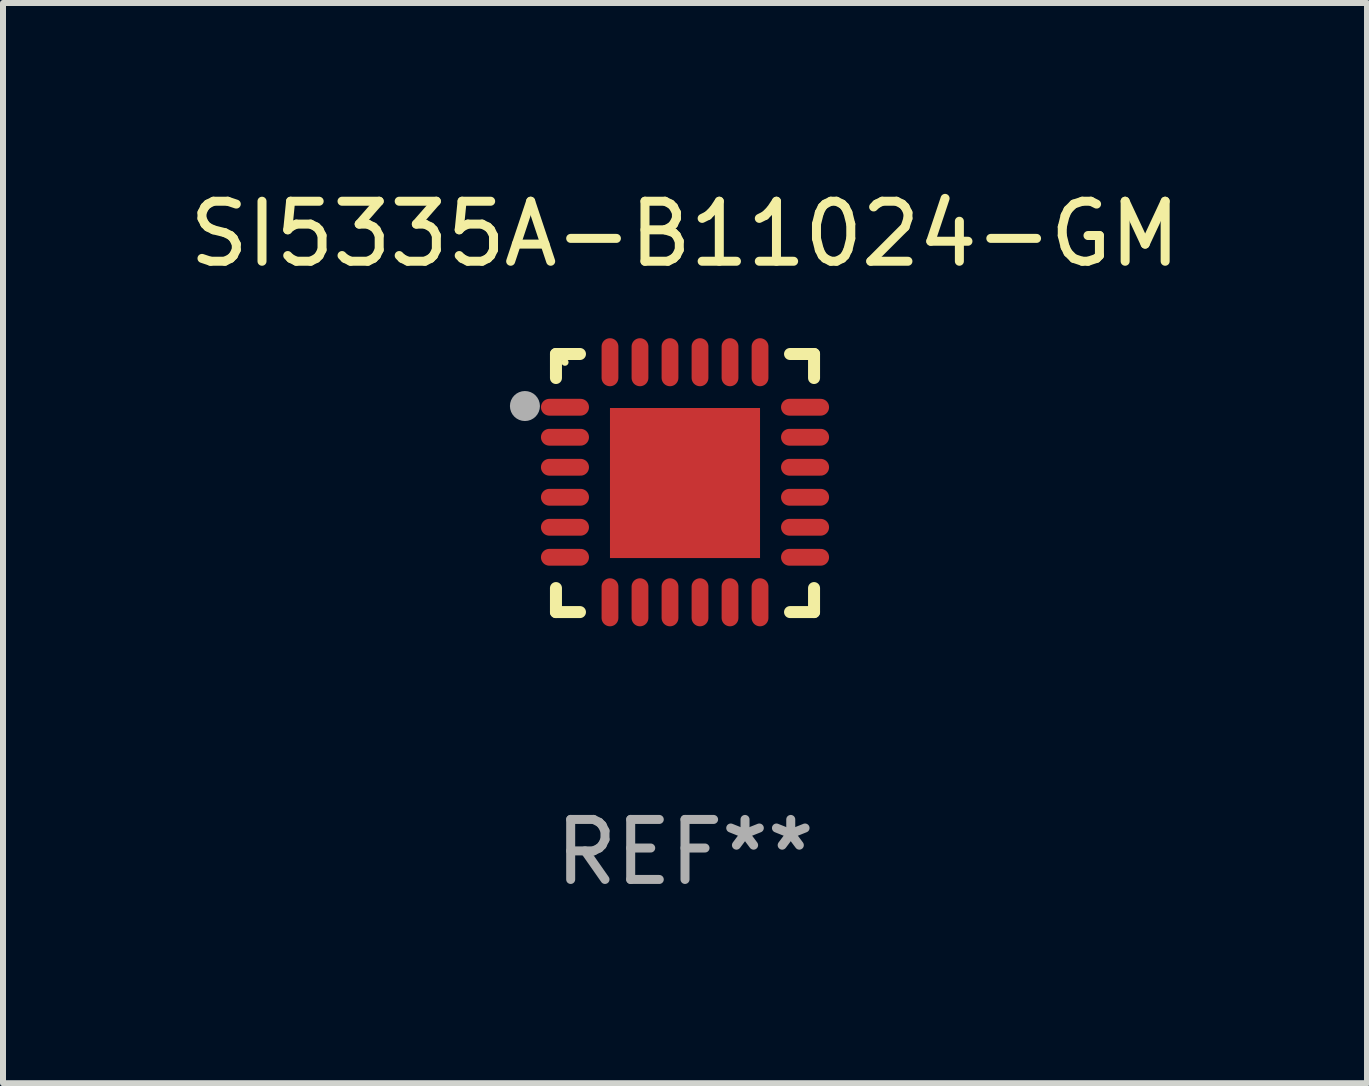
<source format=kicad_pcb>
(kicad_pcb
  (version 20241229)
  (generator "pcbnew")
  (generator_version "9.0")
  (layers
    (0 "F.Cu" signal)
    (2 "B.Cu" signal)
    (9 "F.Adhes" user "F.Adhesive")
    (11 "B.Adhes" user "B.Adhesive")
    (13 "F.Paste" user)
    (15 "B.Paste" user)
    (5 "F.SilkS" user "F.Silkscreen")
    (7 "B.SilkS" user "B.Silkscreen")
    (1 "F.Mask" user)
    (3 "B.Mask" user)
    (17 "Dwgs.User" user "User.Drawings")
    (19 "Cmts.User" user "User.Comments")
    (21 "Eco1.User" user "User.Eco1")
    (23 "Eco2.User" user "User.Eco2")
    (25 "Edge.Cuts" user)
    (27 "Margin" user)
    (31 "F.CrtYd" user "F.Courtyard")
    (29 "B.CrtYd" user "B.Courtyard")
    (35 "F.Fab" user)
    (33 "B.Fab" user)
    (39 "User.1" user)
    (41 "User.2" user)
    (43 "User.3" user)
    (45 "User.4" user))
  (footprint "SI5335A-B11024-GM"
    (layer "F.Cu")
    (at 8.363 4.998)
    (property "Reference" "SI5335A-B11024-GM" (at 0 -4.15 0) (layer "F.SilkS") (effects (font (size 1 1) (thickness 0.15))))
    (attr through_hole)
    (fp_line (start -2.15 -2.15) (end -1.75 -2.15) (stroke (width 0.2) (type solid)) (layer "F.SilkS"))
    (fp_line (start -2.15 -1.75) (end -2.15 -2.15) (stroke (width 0.2) (type solid)) (layer "F.SilkS"))
    (fp_line (start -2.15 2.15) (end -2.15 1.75) (stroke (width 0.2) (type solid)) (layer "F.SilkS"))
    (fp_line (start -1.75 2.15) (end -2.15 2.15) (stroke (width 0.2) (type solid)) (layer "F.SilkS"))
    (fp_line (start 1.75 -2.15) (end 2.15 -2.15) (stroke (width 0.2) (type solid)) (layer "F.SilkS"))
    (fp_line (start 1.75 2.15) (end 2.15 2.15) (stroke (width 0.2) (type solid)) (layer "F.SilkS"))
    (fp_line (start 2.15 -2.15) (end 2.15 -1.75) (stroke (width 0.2) (type solid)) (layer "F.SilkS"))
    (fp_line (start 2.15 2.15) (end 2.15 1.75) (stroke (width 0.2) (type solid)) (layer "F.SilkS"))
    (fp_circle (center -2 -2.013) (end -1.97 -2.013) (stroke (width 0.06) (type solid)) (fill no) (layer "F.SilkS"))
    (fp_circle (center -2.667 -1.283) (end -2.542 -1.283) (stroke (width 0.25) (type solid)) (fill no) (layer "F.Fab"))
    (fp_text user "REF**" (at 0 6.15 0) (layer "F.Fab") (effects (font (size 1 1) (thickness 0.15))))
    (pad "1" smd oval (at -2 -1.263) (size 0.8 0.28) (layers "F.Cu" "F.Mask" "F.Paste"))
    (pad "2" smd oval (at -2 -0.763) (size 0.8 0.28) (layers "F.Cu" "F.Mask" "F.Paste"))
    (pad "3" smd oval (at -2 -0.263) (size 0.8 0.28) (layers "F.Cu" "F.Mask" "F.Paste"))
    (pad "4" smd oval (at -2 0.237) (size 0.8 0.28) (layers "F.Cu" "F.Mask" "F.Paste"))
    (pad "5" smd oval (at -2 0.737) (size 0.8 0.28) (layers "F.Cu" "F.Mask" "F.Paste"))
    (pad "6" smd oval (at -2 1.237) (size 0.8 0.28) (layers "F.Cu" "F.Mask" "F.Paste"))
    (pad "7" smd oval (at -1.25 1.987) (size 0.28 0.8) (layers "F.Cu" "F.Mask" "F.Paste"))
    (pad "8" smd oval (at -0.75 1.987) (size 0.28 0.8) (layers "F.Cu" "F.Mask" "F.Paste"))
    (pad "9" smd oval (at -0.25 1.987) (size 0.28 0.8) (layers "F.Cu" "F.Mask" "F.Paste"))
    (pad "10" smd oval (at 0.25 1.987) (size 0.28 0.8) (layers "F.Cu" "F.Mask" "F.Paste"))
    (pad "11" smd oval (at 0.75 1.987) (size 0.28 0.8) (layers "F.Cu" "F.Mask" "F.Paste"))
    (pad "12" smd oval (at 1.25 1.987) (size 0.28 0.8) (layers "F.Cu" "F.Mask" "F.Paste"))
    (pad "13" smd oval (at 2 1.237) (size 0.8 0.28) (layers "F.Cu" "F.Mask" "F.Paste"))
    (pad "14" smd oval (at 2 0.737) (size 0.8 0.28) (layers "F.Cu" "F.Mask" "F.Paste"))
    (pad "15" smd oval (at 2 0.237) (size 0.8 0.28) (layers "F.Cu" "F.Mask" "F.Paste"))
    (pad "16" smd oval (at 2 -0.263) (size 0.8 0.28) (layers "F.Cu" "F.Mask" "F.Paste"))
    (pad "17" smd oval (at 2 -0.763) (size 0.8 0.28) (layers "F.Cu" "F.Mask" "F.Paste"))
    (pad "18" smd oval (at 2 -1.263) (size 0.8 0.28) (layers "F.Cu" "F.Mask" "F.Paste"))
    (pad "19" smd oval (at 1.25 -2.013) (size 0.28 0.8) (layers "F.Cu" "F.Mask" "F.Paste"))
    (pad "20" smd oval (at 0.75 -2.013) (size 0.28 0.8) (layers "F.Cu" "F.Mask" "F.Paste"))
    (pad "21" smd oval (at 0.25 -2.013) (size 0.28 0.8) (layers "F.Cu" "F.Mask" "F.Paste"))
    (pad "22" smd oval (at -0.25 -2.013) (size 0.28 0.8) (layers "F.Cu" "F.Mask" "F.Paste"))
    (pad "23" smd oval (at -0.75 -2.013) (size 0.28 0.8) (layers "F.Cu" "F.Mask" "F.Paste"))
    (pad "24" smd oval (at -1.25 -2.013) (size 0.28 0.8) (layers "F.Cu" "F.Mask" "F.Paste"))
    (pad "25" smd rect (at -0.000127 -0.00014) (size 2.5 2.5) (layers "F.Cu" "F.Mask" "F.Paste")))
  (gr_rect
    (start -3 -3)
    (end 19.726 14.997)
    (stroke (width 0.1) (type default))
    (fill no)
    (layer "Edge.Cuts")))
</source>
